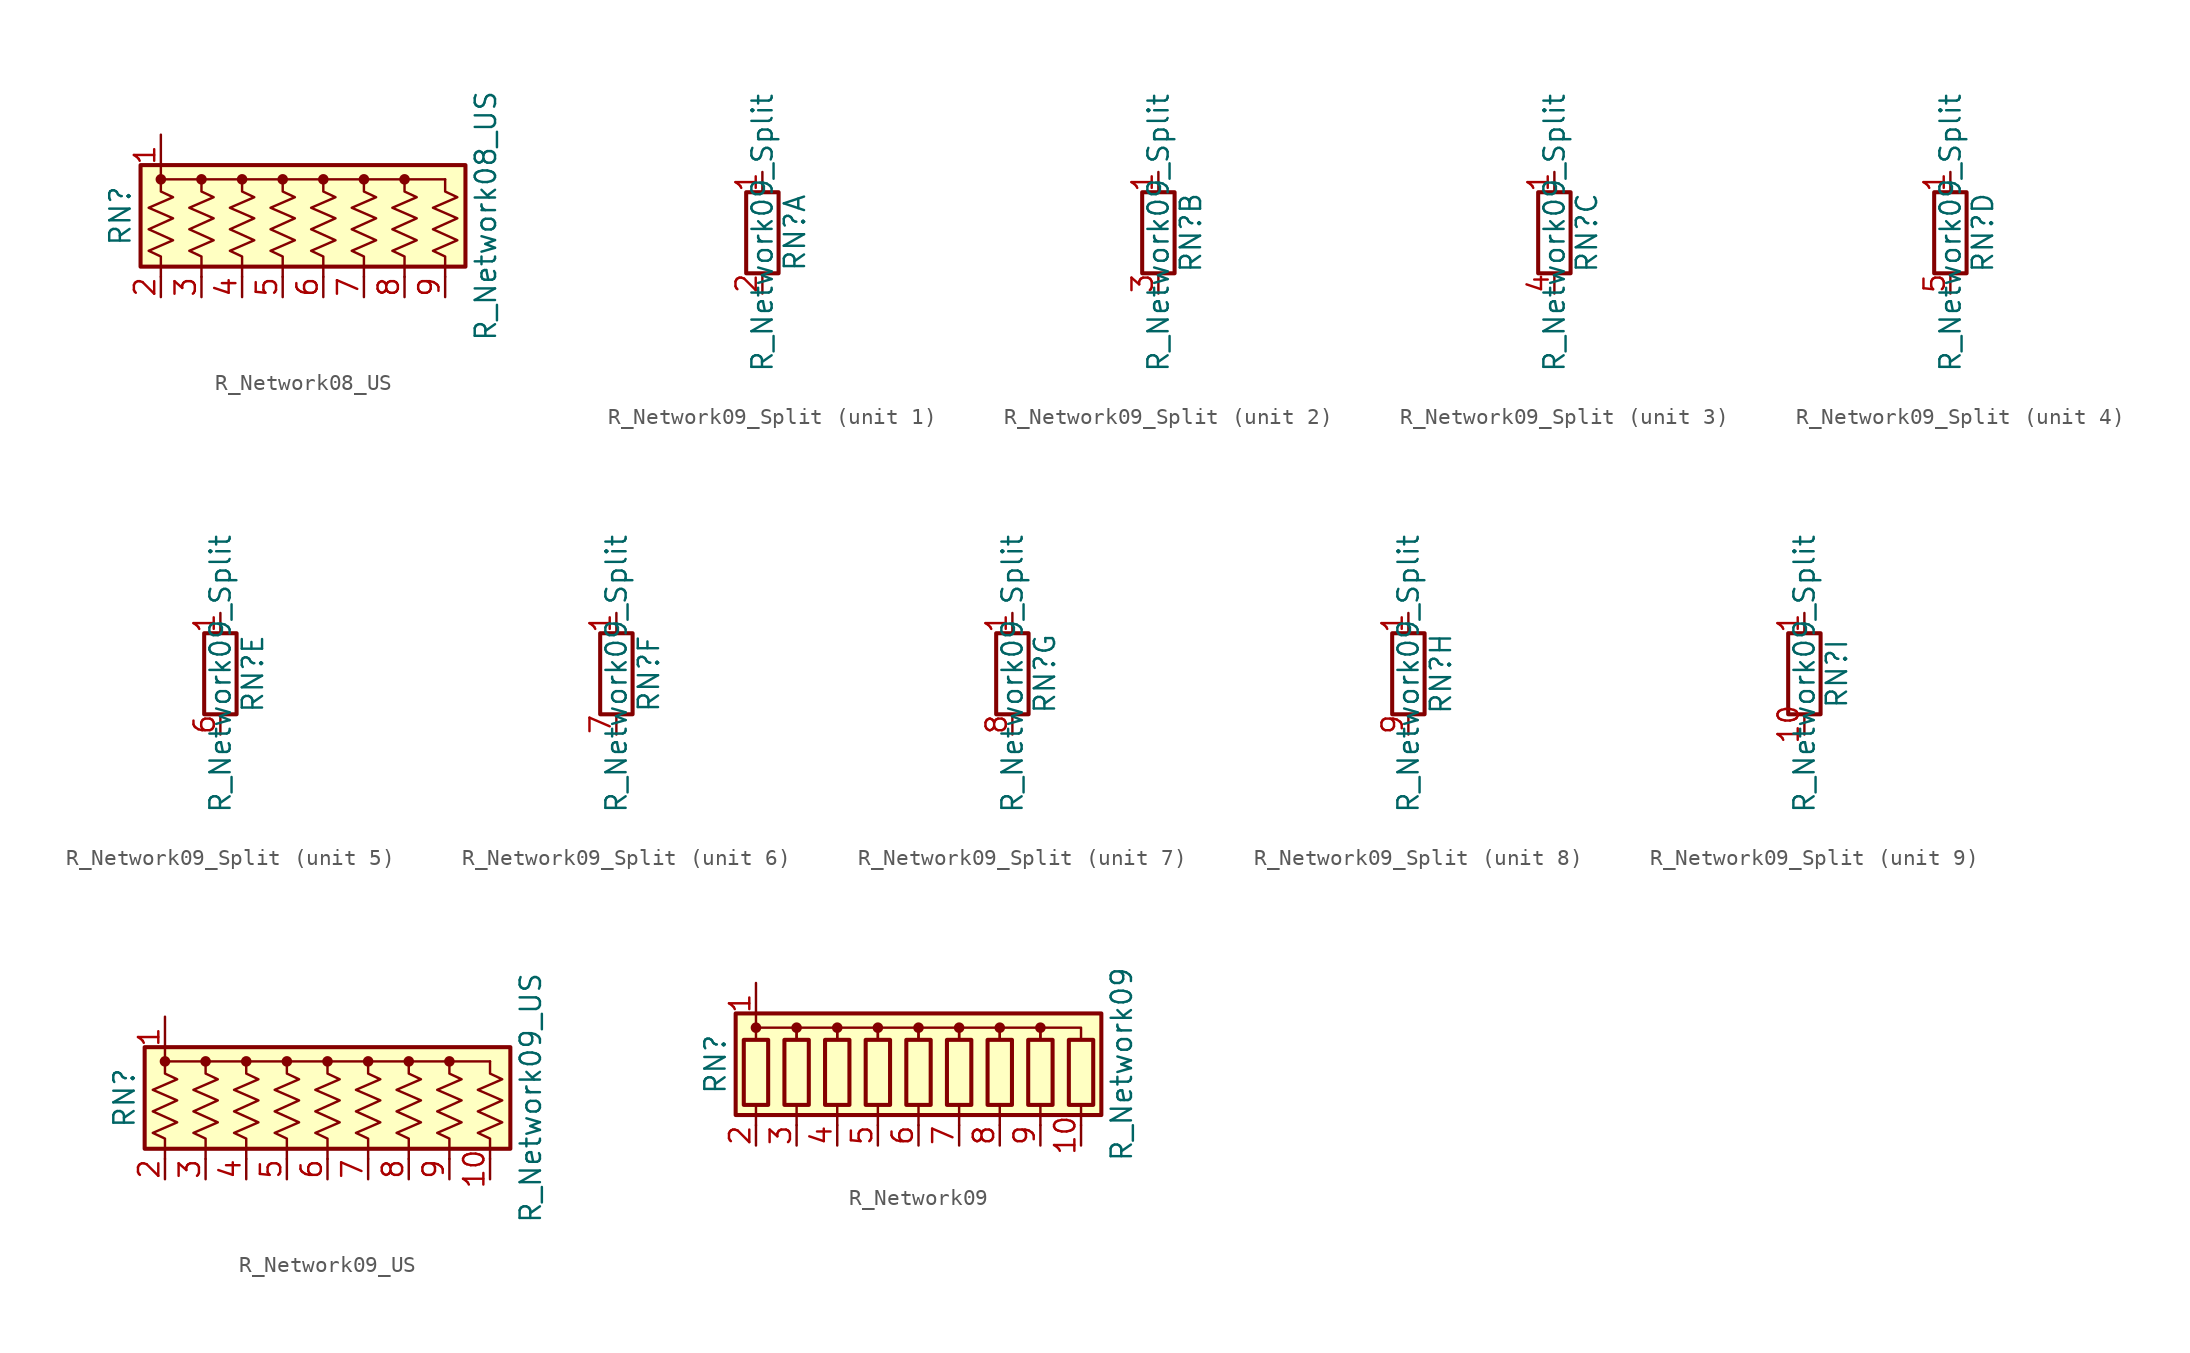
<source format=kicad_sym>
(kicad_symbol_lib
  (version 20241209)
  (generator "kicad_symbol_editor")
  (generator_version "9.0")
  (symbol "R_Network08_US"
    (pin_names
      (offset 0)
      (hide yes))
    (property "Reference" "RN"
      (at -12.7 0 90)
      (effects (font (size 1.27 1.27))))
    (property "Value" "R_Network08_US"
      (at 10.16 0 90)
      (effects (font (size 1.27 1.27))))
    (symbol "R_Network08_US_0_1"
      (rectangle (start -11.43 -3.175) (end 8.89 3.175) (stroke (width 0.254) (type default)) (fill (type background)))
      (circle (center -10.16 2.286) (radius 0.254) (stroke (width 0) (type default)) (fill (type outline)))
      (polyline (pts (xy -10.16 2.286) (xy 7.62 2.286)) (stroke (width 0) (type default)) (fill (type none)))
      (polyline (pts (xy -10.16 2.286) (xy -10.16 1.524) (xy -9.398 1.168) (xy -10.922 0.508) (xy -9.398 -0.152) (xy -10.922 -0.838) (xy -9.398 -1.524) (xy -10.922 -2.184) (xy -10.16 -2.54) (xy -10.16 -3.81)) (stroke (width 0) (type default)) (fill (type none)))
      (circle (center -7.62 2.286) (radius 0.254) (stroke (width 0) (type default)) (fill (type outline)))
      (polyline (pts (xy -7.62 2.286) (xy -7.62 1.524) (xy -6.858 1.168) (xy -8.382 0.508) (xy -6.858 -0.152) (xy -8.382 -0.838) (xy -6.858 -1.524) (xy -8.382 -2.184) (xy -7.62 -2.54) (xy -7.62 -3.81)) (stroke (width 0) (type default)) (fill (type none)))
      (circle (center -5.08 2.286) (radius 0.254) (stroke (width 0) (type default)) (fill (type outline)))
      (polyline (pts (xy -5.08 2.286) (xy -5.08 1.524) (xy -4.318 1.168) (xy -5.842 0.508) (xy -4.318 -0.152) (xy -5.842 -0.838) (xy -4.318 -1.524) (xy -5.842 -2.184) (xy -5.08 -2.54) (xy -5.08 -3.81)) (stroke (width 0) (type default)) (fill (type none)))
      (circle (center -2.54 2.286) (radius 0.254) (stroke (width 0) (type default)) (fill (type outline)))
      (polyline (pts (xy -2.54 2.286) (xy -2.54 1.524) (xy -1.778 1.168) (xy -3.302 0.508) (xy -1.778 -0.152) (xy -3.302 -0.838) (xy -1.778 -1.524) (xy -3.302 -2.184) (xy -2.54 -2.54) (xy -2.54 -3.81)) (stroke (width 0) (type default)) (fill (type none)))
      (circle (center 0 2.286) (radius 0.254) (stroke (width 0) (type default)) (fill (type outline)))
      (polyline (pts (xy 0 2.286) (xy 0 1.524) (xy 0.762 1.168) (xy -0.762 0.508) (xy 0.762 -0.152) (xy -0.762 -0.838) (xy 0.762 -1.524) (xy -0.762 -2.184) (xy 0 -2.54) (xy 0 -3.81)) (stroke (width 0) (type default)) (fill (type none)))
      (polyline (pts (xy 2.54 2.286) (xy 2.54 1.524) (xy 3.302 1.168) (xy 1.778 0.508) (xy 3.302 -0.152) (xy 1.778 -0.838) (xy 3.302 -1.524) (xy 1.778 -2.184) (xy 2.54 -2.54) (xy 2.54 -3.81)) (stroke (width 0) (type default)) (fill (type none)))
      (circle (center 2.54 2.286) (radius 0.254) (stroke (width 0) (type default)) (fill (type outline)))
      (polyline (pts (xy 5.08 2.286) (xy 5.08 1.524) (xy 5.842 1.168) (xy 4.318 0.508) (xy 5.842 -0.152) (xy 4.318 -0.838) (xy 5.842 -1.524) (xy 4.318 -2.184) (xy 5.08 -2.54) (xy 5.08 -3.81)) (stroke (width 0) (type default)) (fill (type none)))
      (circle (center 5.08 2.286) (radius 0.254) (stroke (width 0) (type default)) (fill (type outline)))
      (polyline (pts (xy 7.62 2.286) (xy 7.62 1.524) (xy 8.382 1.168) (xy 6.858 0.508) (xy 8.382 -0.152) (xy 6.858 -0.838) (xy 8.382 -1.524) (xy 6.858 -2.184) (xy 7.62 -2.54) (xy 7.62 -3.81)) (stroke (width 0) (type default)) (fill (type none))))
    (symbol "R_Network08_US_1_1"
      (pin passive line (at -10.16 5.08 270) (length 2.54) (name "common" (effects (font (size 1.27 1.27)))) (number "1" (effects (font (size 1.27 1.27)))))
      (pin passive line (at -10.16 -5.08 90) (length 1.27) (name "R1" (effects (font (size 1.27 1.27)))) (number "2" (effects (font (size 1.27 1.27)))))
      (pin passive line (at -7.62 -5.08 90) (length 1.27) (name "R2" (effects (font (size 1.27 1.27)))) (number "3" (effects (font (size 1.27 1.27)))))
      (pin passive line (at -5.08 -5.08 90) (length 1.27) (name "R3" (effects (font (size 1.27 1.27)))) (number "4" (effects (font (size 1.27 1.27)))))
      (pin passive line (at -2.54 -5.08 90) (length 1.27) (name "R4" (effects (font (size 1.27 1.27)))) (number "5" (effects (font (size 1.27 1.27)))))
      (pin passive line (at 0 -5.08 90) (length 1.27) (name "R5" (effects (font (size 1.27 1.27)))) (number "6" (effects (font (size 1.27 1.27)))))
      (pin passive line (at 2.54 -5.08 90) (length 1.27) (name "R6" (effects (font (size 1.27 1.27)))) (number "7" (effects (font (size 1.27 1.27)))))
      (pin passive line (at 5.08 -5.08 90) (length 1.27) (name "R7" (effects (font (size 1.27 1.27)))) (number "8" (effects (font (size 1.27 1.27)))))
      (pin passive line (at 7.62 -5.08 90) (length 1.27) (name "R8" (effects (font (size 1.27 1.27)))) (number "9" (effects (font (size 1.27 1.27)))))))
  (symbol "R_Network09_Split"
    (pin_names
      (offset 0)
      (hide yes))
    (property "Reference" "RN"
      (at 2.032 0 90)
      (effects (font (size 1.27 1.27))))
    (property "Value" "R_Network09_Split"
      (at 0 0 90)
      (effects (font (size 1.27 1.27))))
    (symbol "R_Network09_Split_0_1"
      (rectangle (start 1.016 2.54) (end -1.016 -2.54) (stroke (width 0.254) (type default)) (fill (type none)))
      (pin passive line (at 0 3.81 270) (length 1.27) (name "R1" (effects (font (size 1.27 1.27)))) (number "1" (effects (font (size 1.27 1.27))))))
    (symbol "R_Network09_Split_1_1"
      (pin passive line (at 0 -3.81 90) (length 1.27) (name "R1.2" (effects (font (size 1.27 1.27)))) (number "2" (effects (font (size 1.27 1.27))))))
    (symbol "R_Network09_Split_2_1"
      (pin passive line (at 0 -3.81 90) (length 1.27) (name "R2.2" (effects (font (size 1.27 1.27)))) (number "3" (effects (font (size 1.27 1.27))))))
    (symbol "R_Network09_Split_3_1"
      (pin passive line (at 0 -3.81 90) (length 1.27) (name "R3.2" (effects (font (size 1.27 1.27)))) (number "4" (effects (font (size 1.27 1.27))))))
    (symbol "R_Network09_Split_4_1"
      (pin passive line (at 0 -3.81 90) (length 1.27) (name "R4.2" (effects (font (size 1.27 1.27)))) (number "5" (effects (font (size 1.27 1.27))))))
    (symbol "R_Network09_Split_5_1"
      (pin passive line (at 0 -3.81 90) (length 1.27) (name "R5.2" (effects (font (size 1.27 1.27)))) (number "6" (effects (font (size 1.27 1.27))))))
    (symbol "R_Network09_Split_6_1"
      (pin passive line (at 0 -3.81 90) (length 1.27) (name "R6.2" (effects (font (size 1.27 1.27)))) (number "7" (effects (font (size 1.27 1.27))))))
    (symbol "R_Network09_Split_7_1"
      (pin passive line (at 0 -3.81 90) (length 1.27) (name "R7.2" (effects (font (size 1.27 1.27)))) (number "8" (effects (font (size 1.27 1.27))))))
    (symbol "R_Network09_Split_8_1"
      (pin passive line (at 0 -3.81 90) (length 1.27) (name "R8.2" (effects (font (size 1.27 1.27)))) (number "9" (effects (font (size 1.27 1.27))))))
    (symbol "R_Network09_Split_9_1"
      (pin passive line (at 0 -3.81 90) (length 1.27) (name "R9.2" (effects (font (size 1.27 1.27)))) (number "10" (effects (font (size 1.27 1.27)))))))
  (symbol "R_Network09_US"
    (pin_names
      (offset 0)
      (hide yes))
    (property "Reference" "RN"
      (at -12.7 0 90)
      (effects (font (size 1.27 1.27))))
    (property "Value" "R_Network09_US"
      (at 12.7 0 90)
      (effects (font (size 1.27 1.27))))
    (symbol "R_Network09_US_0_1"
      (rectangle (start -11.43 -3.175) (end 11.43 3.175) (stroke (width 0.254) (type default)) (fill (type background)))
      (circle (center -10.16 2.286) (radius 0.254) (stroke (width 0) (type default)) (fill (type outline)))
      (polyline (pts (xy -10.16 2.286) (xy 10.16 2.286)) (stroke (width 0) (type default)) (fill (type none)))
      (polyline (pts (xy -10.16 2.286) (xy -10.16 1.524) (xy -9.398 1.168) (xy -10.922 0.508) (xy -9.398 -0.152) (xy -10.922 -0.838) (xy -9.398 -1.524) (xy -10.922 -2.184) (xy -10.16 -2.54) (xy -10.16 -3.81)) (stroke (width 0) (type default)) (fill (type none)))
      (circle (center -7.62 2.286) (radius 0.254) (stroke (width 0) (type default)) (fill (type outline)))
      (polyline (pts (xy -7.62 2.286) (xy -7.62 1.524) (xy -6.858 1.168) (xy -8.382 0.508) (xy -6.858 -0.152) (xy -8.382 -0.838) (xy -6.858 -1.524) (xy -8.382 -2.184) (xy -7.62 -2.54) (xy -7.62 -3.81)) (stroke (width 0) (type default)) (fill (type none)))
      (circle (center -5.08 2.286) (radius 0.254) (stroke (width 0) (type default)) (fill (type outline)))
      (polyline (pts (xy -5.08 2.286) (xy -5.08 1.524) (xy -4.318 1.168) (xy -5.842 0.508) (xy -4.318 -0.152) (xy -5.842 -0.838) (xy -4.318 -1.524) (xy -5.842 -2.184) (xy -5.08 -2.54) (xy -5.08 -3.81)) (stroke (width 0) (type default)) (fill (type none)))
      (circle (center -2.54 2.286) (radius 0.254) (stroke (width 0) (type default)) (fill (type outline)))
      (polyline (pts (xy -2.54 2.286) (xy -2.54 1.524) (xy -1.778 1.168) (xy -3.302 0.508) (xy -1.778 -0.152) (xy -3.302 -0.838) (xy -1.778 -1.524) (xy -3.302 -2.184) (xy -2.54 -2.54) (xy -2.54 -3.81)) (stroke (width 0) (type default)) (fill (type none)))
      (circle (center 0 2.286) (radius 0.254) (stroke (width 0) (type default)) (fill (type outline)))
      (polyline (pts (xy 0 2.286) (xy 0 1.524) (xy 0.762 1.168) (xy -0.762 0.508) (xy 0.762 -0.152) (xy -0.762 -0.838) (xy 0.762 -1.524) (xy -0.762 -2.184) (xy 0 -2.54) (xy 0 -3.81)) (stroke (width 0) (type default)) (fill (type none)))
      (polyline (pts (xy 2.54 2.286) (xy 2.54 1.524) (xy 3.302 1.168) (xy 1.778 0.508) (xy 3.302 -0.152) (xy 1.778 -0.838) (xy 3.302 -1.524) (xy 1.778 -2.184) (xy 2.54 -2.54) (xy 2.54 -3.81)) (stroke (width 0) (type default)) (fill (type none)))
      (circle (center 2.54 2.286) (radius 0.254) (stroke (width 0) (type default)) (fill (type outline)))
      (polyline (pts (xy 5.08 2.286) (xy 5.08 1.524) (xy 5.842 1.168) (xy 4.318 0.508) (xy 5.842 -0.152) (xy 4.318 -0.838) (xy 5.842 -1.524) (xy 4.318 -2.184) (xy 5.08 -2.54) (xy 5.08 -3.81)) (stroke (width 0) (type default)) (fill (type none)))
      (circle (center 5.08 2.286) (radius 0.254) (stroke (width 0) (type default)) (fill (type outline)))
      (polyline (pts (xy 7.62 2.286) (xy 7.62 1.524) (xy 8.382 1.168) (xy 6.858 0.508) (xy 8.382 -0.152) (xy 6.858 -0.838) (xy 8.382 -1.524) (xy 6.858 -2.184) (xy 7.62 -2.54) (xy 7.62 -3.81)) (stroke (width 0) (type default)) (fill (type none)))
      (circle (center 7.62 2.286) (radius 0.254) (stroke (width 0) (type default)) (fill (type outline)))
      (polyline (pts (xy 10.16 2.286) (xy 10.16 1.524) (xy 10.922 1.168) (xy 9.398 0.508) (xy 10.922 -0.152) (xy 9.398 -0.838) (xy 10.922 -1.524) (xy 9.398 -2.184) (xy 10.16 -2.54) (xy 10.16 -3.81)) (stroke (width 0) (type default)) (fill (type none))))
    (symbol "R_Network09_US_1_1"
      (pin passive line (at -10.16 5.08 270) (length 2.54) (name "common" (effects (font (size 1.27 1.27)))) (number "1" (effects (font (size 1.27 1.27)))))
      (pin passive line (at -10.16 -5.08 90) (length 1.27) (name "R1" (effects (font (size 1.27 1.27)))) (number "2" (effects (font (size 1.27 1.27)))))
      (pin passive line (at -7.62 -5.08 90) (length 1.27) (name "R2" (effects (font (size 1.27 1.27)))) (number "3" (effects (font (size 1.27 1.27)))))
      (pin passive line (at -5.08 -5.08 90) (length 1.27) (name "R3" (effects (font (size 1.27 1.27)))) (number "4" (effects (font (size 1.27 1.27)))))
      (pin passive line (at -2.54 -5.08 90) (length 1.27) (name "R4" (effects (font (size 1.27 1.27)))) (number "5" (effects (font (size 1.27 1.27)))))
      (pin passive line (at 0 -5.08 90) (length 1.27) (name "R5" (effects (font (size 1.27 1.27)))) (number "6" (effects (font (size 1.27 1.27)))))
      (pin passive line (at 2.54 -5.08 90) (length 1.27) (name "R6" (effects (font (size 1.27 1.27)))) (number "7" (effects (font (size 1.27 1.27)))))
      (pin passive line (at 5.08 -5.08 90) (length 1.27) (name "R7" (effects (font (size 1.27 1.27)))) (number "8" (effects (font (size 1.27 1.27)))))
      (pin passive line (at 7.62 -5.08 90) (length 1.27) (name "R8" (effects (font (size 1.27 1.27)))) (number "9" (effects (font (size 1.27 1.27)))))
      (pin passive line (at 10.16 -5.08 90) (length 1.27) (name "R9" (effects (font (size 1.27 1.27)))) (number "10" (effects (font (size 1.27 1.27)))))))
  (symbol "R_Network09"
    (pin_names
      (offset 0)
      (hide yes))
    (property "Reference" "RN"
      (at -12.7 0 90)
      (effects (font (size 1.27 1.27))))
    (property "Value" "R_Network09"
      (at 12.7 0 90)
      (effects (font (size 1.27 1.27))))
    (symbol "R_Network09_0_1"
      (rectangle (start -11.43 -3.175) (end 11.43 3.175) (stroke (width 0.254) (type default)) (fill (type background)))
      (rectangle (start -10.922 1.524) (end -9.398 -2.54) (stroke (width 0.254) (type default)) (fill (type none)))
      (circle (center -10.16 2.286) (radius 0.254) (stroke (width 0) (type default)) (fill (type outline)))
      (polyline (pts (xy -10.16 1.524) (xy -10.16 2.286) (xy -7.62 2.286) (xy -7.62 1.524)) (stroke (width 0) (type default)) (fill (type none)))
      (polyline (pts (xy -10.16 -2.54) (xy -10.16 -3.81)) (stroke (width 0) (type default)) (fill (type none)))
      (rectangle (start -8.382 1.524) (end -6.858 -2.54) (stroke (width 0.254) (type default)) (fill (type none)))
      (circle (center -7.62 2.286) (radius 0.254) (stroke (width 0) (type default)) (fill (type outline)))
      (polyline (pts (xy -7.62 1.524) (xy -7.62 2.286) (xy -5.08 2.286) (xy -5.08 1.524)) (stroke (width 0) (type default)) (fill (type none)))
      (polyline (pts (xy -7.62 -2.54) (xy -7.62 -3.81)) (stroke (width 0) (type default)) (fill (type none)))
      (rectangle (start -5.842 1.524) (end -4.318 -2.54) (stroke (width 0.254) (type default)) (fill (type none)))
      (circle (center -5.08 2.286) (radius 0.254) (stroke (width 0) (type default)) (fill (type outline)))
      (polyline (pts (xy -5.08 1.524) (xy -5.08 2.286) (xy -2.54 2.286) (xy -2.54 1.524)) (stroke (width 0) (type default)) (fill (type none)))
      (polyline (pts (xy -5.08 -2.54) (xy -5.08 -3.81)) (stroke (width 0) (type default)) (fill (type none)))
      (rectangle (start -3.302 1.524) (end -1.778 -2.54) (stroke (width 0.254) (type default)) (fill (type none)))
      (circle (center -2.54 2.286) (radius 0.254) (stroke (width 0) (type default)) (fill (type outline)))
      (polyline (pts (xy -2.54 1.524) (xy -2.54 2.286) (xy 0 2.286) (xy 0 1.524)) (stroke (width 0) (type default)) (fill (type none)))
      (polyline (pts (xy -2.54 -2.54) (xy -2.54 -3.81)) (stroke (width 0) (type default)) (fill (type none)))
      (rectangle (start -0.762 1.524) (end 0.762 -2.54) (stroke (width 0.254) (type default)) (fill (type none)))
      (circle (center 0 2.286) (radius 0.254) (stroke (width 0) (type default)) (fill (type outline)))
      (polyline (pts (xy 0 1.524) (xy 0 2.286) (xy 2.54 2.286) (xy 2.54 1.524)) (stroke (width 0) (type default)) (fill (type none)))
      (polyline (pts (xy 0 -2.54) (xy 0 -3.81)) (stroke (width 0) (type default)) (fill (type none)))
      (rectangle (start 1.778 1.524) (end 3.302 -2.54) (stroke (width 0.254) (type default)) (fill (type none)))
      (circle (center 2.54 2.286) (radius 0.254) (stroke (width 0) (type default)) (fill (type outline)))
      (polyline (pts (xy 2.54 1.524) (xy 2.54 2.286) (xy 5.08 2.286) (xy 5.08 1.524)) (stroke (width 0) (type default)) (fill (type none)))
      (polyline (pts (xy 2.54 -2.54) (xy 2.54 -3.81)) (stroke (width 0) (type default)) (fill (type none)))
      (rectangle (start 4.318 1.524) (end 5.842 -2.54) (stroke (width 0.254) (type default)) (fill (type none)))
      (circle (center 5.08 2.286) (radius 0.254) (stroke (width 0) (type default)) (fill (type outline)))
      (polyline (pts (xy 5.08 1.524) (xy 5.08 2.286) (xy 7.62 2.286) (xy 7.62 1.524)) (stroke (width 0) (type default)) (fill (type none)))
      (polyline (pts (xy 5.08 -2.54) (xy 5.08 -3.81)) (stroke (width 0) (type default)) (fill (type none)))
      (rectangle (start 6.858 1.524) (end 8.382 -2.54) (stroke (width 0.254) (type default)) (fill (type none)))
      (circle (center 7.62 2.286) (radius 0.254) (stroke (width 0) (type default)) (fill (type outline)))
      (polyline (pts (xy 7.62 1.524) (xy 7.62 2.286) (xy 10.16 2.286) (xy 10.16 1.524)) (stroke (width 0) (type default)) (fill (type none)))
      (polyline (pts (xy 7.62 -2.54) (xy 7.62 -3.81)) (stroke (width 0) (type default)) (fill (type none)))
      (rectangle (start 9.398 1.524) (end 10.922 -2.54) (stroke (width 0.254) (type default)) (fill (type none)))
      (polyline (pts (xy 10.16 -2.54) (xy 10.16 -3.81)) (stroke (width 0) (type default)) (fill (type none))))
    (symbol "R_Network09_1_1"
      (pin passive line (at -10.16 5.08 270) (length 2.54) (name "common" (effects (font (size 1.27 1.27)))) (number "1" (effects (font (size 1.27 1.27)))))
      (pin passive line (at -10.16 -5.08 90) (length 1.27) (name "R1" (effects (font (size 1.27 1.27)))) (number "2" (effects (font (size 1.27 1.27)))))
      (pin passive line (at -7.62 -5.08 90) (length 1.27) (name "R2" (effects (font (size 1.27 1.27)))) (number "3" (effects (font (size 1.27 1.27)))))
      (pin passive line (at -5.08 -5.08 90) (length 1.27) (name "R3" (effects (font (size 1.27 1.27)))) (number "4" (effects (font (size 1.27 1.27)))))
      (pin passive line (at -2.54 -5.08 90) (length 1.27) (name "R4" (effects (font (size 1.27 1.27)))) (number "5" (effects (font (size 1.27 1.27)))))
      (pin passive line (at 0 -5.08 90) (length 1.27) (name "R5" (effects (font (size 1.27 1.27)))) (number "6" (effects (font (size 1.27 1.27)))))
      (pin passive line (at 2.54 -5.08 90) (length 1.27) (name "R6" (effects (font (size 1.27 1.27)))) (number "7" (effects (font (size 1.27 1.27)))))
      (pin passive line (at 5.08 -5.08 90) (length 1.27) (name "R7" (effects (font (size 1.27 1.27)))) (number "8" (effects (font (size 1.27 1.27)))))
      (pin passive line (at 7.62 -5.08 90) (length 1.27) (name "R8" (effects (font (size 1.27 1.27)))) (number "9" (effects (font (size 1.27 1.27)))))
      (pin passive line (at 10.16 -5.08 90) (length 1.27) (name "R9" (effects (font (size 1.27 1.27)))) (number "10" (effects (font (size 1.27 1.27))))))))
</source>
